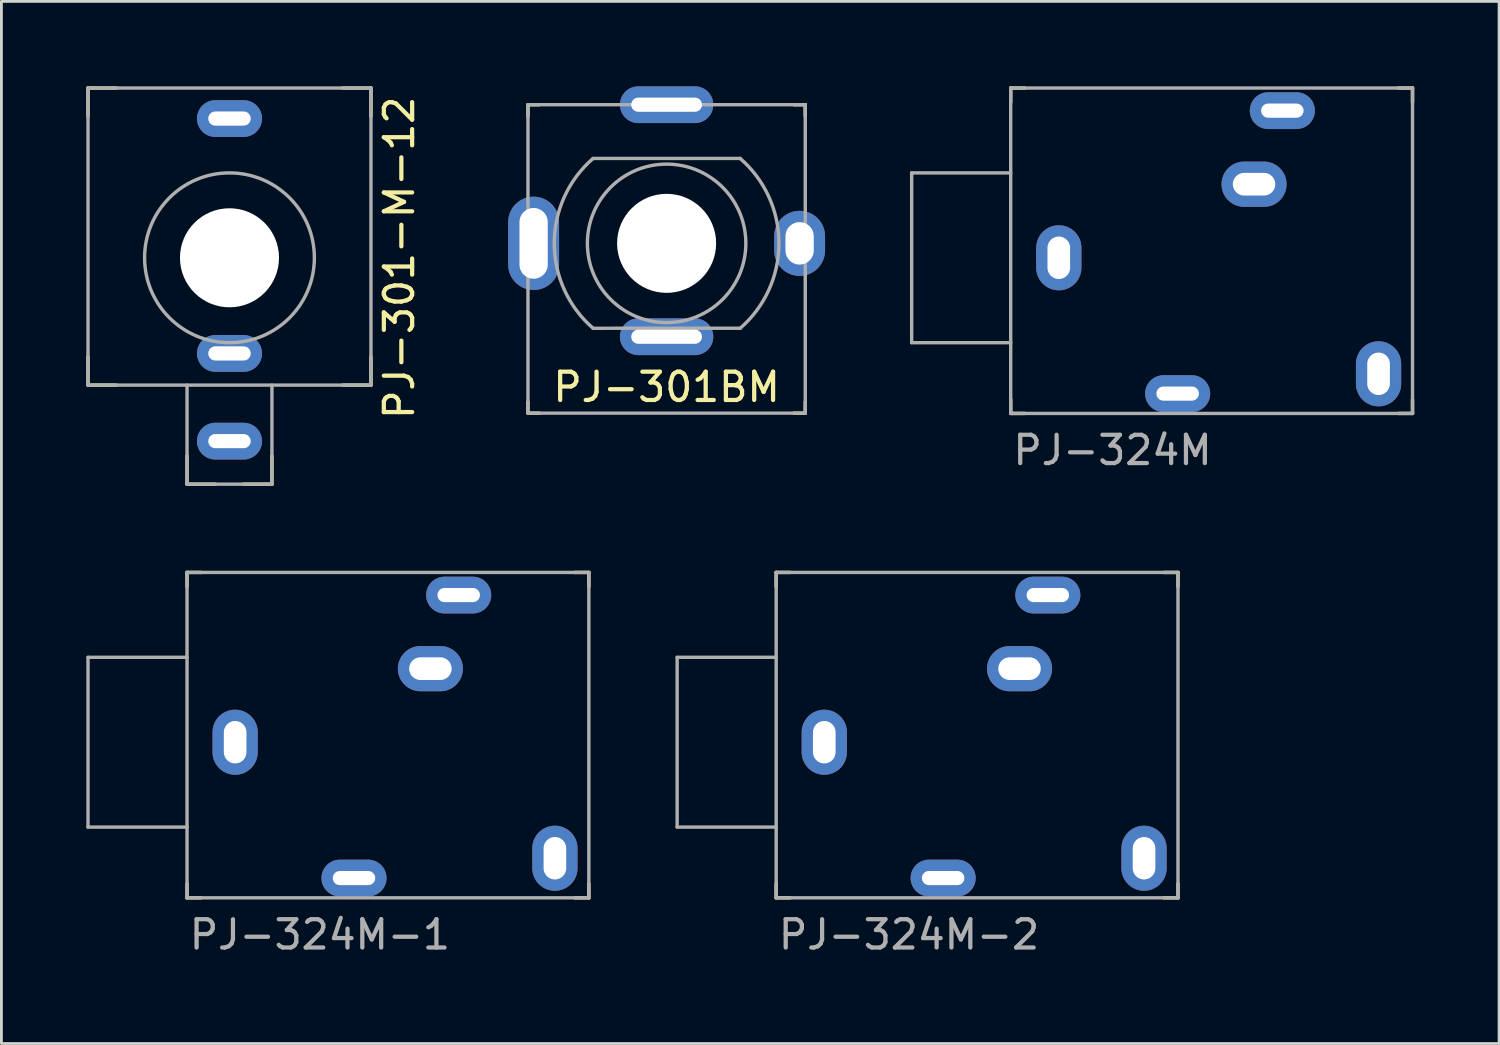
<source format=kicad_pcb>
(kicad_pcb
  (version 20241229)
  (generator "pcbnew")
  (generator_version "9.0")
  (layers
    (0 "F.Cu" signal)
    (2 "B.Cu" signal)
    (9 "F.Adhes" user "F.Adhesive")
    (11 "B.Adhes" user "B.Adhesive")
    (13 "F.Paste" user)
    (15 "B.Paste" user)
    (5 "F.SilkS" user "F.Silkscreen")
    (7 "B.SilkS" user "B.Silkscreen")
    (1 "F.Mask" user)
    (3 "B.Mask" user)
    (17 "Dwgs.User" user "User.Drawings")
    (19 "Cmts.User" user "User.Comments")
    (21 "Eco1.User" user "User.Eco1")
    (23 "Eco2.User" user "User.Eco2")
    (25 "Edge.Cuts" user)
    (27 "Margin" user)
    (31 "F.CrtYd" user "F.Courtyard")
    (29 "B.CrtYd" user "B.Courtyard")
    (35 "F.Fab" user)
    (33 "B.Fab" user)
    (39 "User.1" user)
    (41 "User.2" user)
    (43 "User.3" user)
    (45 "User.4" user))
  (footprint "PJ-324M"
    (layer "F.Cu")
    (at 32.668 6.06)
    (property "Reference" "PJ-324M" (at 0 6.8 0) (layer "F.Fab") (effects (font (size 1 1) (thickness 0.15)) (justify left)))
    (attr through_hole)
    (fp_line (start 0 -6) (end 0 -5.5) (stroke (width 0.12) (type solid)) (layer "F.SilkS"))
    (fp_line (start 0 -6) (end 0.5 -6) (stroke (width 0.12) (type solid)) (layer "F.SilkS"))
    (fp_line (start 0 5.5) (end 0 5) (stroke (width 0.12) (type solid)) (layer "F.SilkS"))
    (fp_line (start 0 5.5) (end 0.5 5.5) (stroke (width 0.12) (type solid)) (layer "F.SilkS"))
    (fp_line (start 14.2 -6) (end 13.7 -6) (stroke (width 0.12) (type solid)) (layer "F.SilkS"))
    (fp_line (start 14.2 -6) (end 14.2 -5.5) (stroke (width 0.12) (type solid)) (layer "F.SilkS"))
    (fp_line (start 14.2 5.5) (end 13.7 5.5) (stroke (width 0.12) (type solid)) (layer "F.SilkS"))
    (fp_line (start 14.2 5.5) (end 14.2 5) (stroke (width 0.12) (type solid)) (layer "F.SilkS"))
    (fp_line (start -3.5 -3) (end -3.5 3) (stroke (width 0.12) (type solid)) (layer "F.Fab"))
    (fp_line (start -3.5 3) (end 0 3) (stroke (width 0.12) (type solid)) (layer "F.Fab"))
    (fp_line (start 0 -6) (end 0 5.5) (stroke (width 0.12) (type solid)) (layer "F.Fab"))
    (fp_line (start 0 -6) (end 14.2 -6) (stroke (width 0.12) (type solid)) (layer "F.Fab"))
    (fp_line (start 0 -3) (end -3.5 -3) (stroke (width 0.12) (type solid)) (layer "F.Fab"))
    (fp_line (start 0 5.5) (end 14.2 5.5) (stroke (width 0.12) (type solid)) (layer "F.Fab"))
    (fp_line (start 14.2 -6) (end 14.2 5.5) (stroke (width 0.12) (type solid)) (layer "F.Fab"))
    (pad "R" thru_hole oval (at 9.6 -5.2 90) (size 1.3 2.3) (drill oval 0.5 1.5) (layers "*.Cu" "*.Mask"))
    (pad "RN" thru_hole oval (at 8.6 -2.6 90) (size 1.6 2.3) (drill oval 0.8 1.5) (layers "*.Cu" "*.Mask"))
    (pad "S" thru_hole oval (at 1.7 0) (size 1.6 2.3) (drill oval 0.8 1.5) (layers "*.Cu" "*.Mask"))
    (pad "T" thru_hole oval (at 5.9 4.8 90) (size 1.3 2.3) (drill oval 0.5 1.5) (layers "*.Cu" "*.Mask"))
    (pad "TN" thru_hole oval (at 13 4.1) (size 1.6 2.3) (drill oval 0.8 1.5) (layers "*.Cu" "*.Mask")))
  (footprint "PJ-324M-1"
    (layer "F.Cu")
    (at 3.56 23.18)
    (property "Reference" "PJ-324M-1" (at 0 6.8 0) (layer "F.Fab") (effects (font (size 1 1) (thickness 0.15)) (justify left)))
    (attr through_hole)
    (fp_line (start 0 -6) (end 0 -5.5) (stroke (width 0.12) (type solid)) (layer "F.SilkS"))
    (fp_line (start 0 -6) (end 0.5 -6) (stroke (width 0.12) (type solid)) (layer "F.SilkS"))
    (fp_line (start 0 5.5) (end 0 5) (stroke (width 0.12) (type solid)) (layer "F.SilkS"))
    (fp_line (start 0 5.5) (end 0.5 5.5) (stroke (width 0.12) (type solid)) (layer "F.SilkS"))
    (fp_line (start 14.2 -6) (end 13.7 -6) (stroke (width 0.12) (type solid)) (layer "F.SilkS"))
    (fp_line (start 14.2 -6) (end 14.2 -5.5) (stroke (width 0.12) (type solid)) (layer "F.SilkS"))
    (fp_line (start 14.2 5.5) (end 13.7 5.5) (stroke (width 0.12) (type solid)) (layer "F.SilkS"))
    (fp_line (start 14.2 5.5) (end 14.2 5) (stroke (width 0.12) (type solid)) (layer "F.SilkS"))
    (fp_line (start -3.5 -3) (end -3.5 3) (stroke (width 0.12) (type solid)) (layer "F.Fab"))
    (fp_line (start -3.5 3) (end 0 3) (stroke (width 0.12) (type solid)) (layer "F.Fab"))
    (fp_line (start 0 -6) (end 0 5.5) (stroke (width 0.12) (type solid)) (layer "F.Fab"))
    (fp_line (start 0 -6) (end 14.2 -6) (stroke (width 0.12) (type solid)) (layer "F.Fab"))
    (fp_line (start 0 -3) (end -3.5 -3) (stroke (width 0.12) (type solid)) (layer "F.Fab"))
    (fp_line (start 0 5.5) (end 14.2 5.5) (stroke (width 0.12) (type solid)) (layer "F.Fab"))
    (fp_line (start 14.2 -6) (end 14.2 5.5) (stroke (width 0.12) (type solid)) (layer "F.Fab"))
    (pad "" thru_hole oval (at 8.6 -2.6 90) (size 1.6 2.3) (drill oval 0.8 1.5) (layers "*.Cu" "*.Mask"))
    (pad "R" thru_hole oval (at 9.6 -5.2 90) (size 1.3 2.3) (drill oval 0.5 1.5) (layers "*.Cu" "*.Mask"))
    (pad "S" thru_hole oval (at 1.7 0) (size 1.6 2.3) (drill oval 0.8 1.5) (layers "*.Cu" "*.Mask"))
    (pad "T" thru_hole oval (at 5.9 4.8 90) (size 1.3 2.3) (drill oval 0.5 1.5) (layers "*.Cu" "*.Mask"))
    (pad "TN" thru_hole oval (at 13 4.1) (size 1.6 2.3) (drill oval 0.8 1.5) (layers "*.Cu" "*.Mask")))
  (footprint "PJ-301-M-12"
    (layer "F.Cu")
    (at 5.06 6.06)
    (property "Reference" "PJ-301-M-12" (at 6 0 90) (layer "F.SilkS") (effects (font (size 1 1) (thickness 0.15))))
    (attr through_hole)
    (fp_line (start -5 -6) (end -5 -5) (stroke (width 0.12) (type solid)) (layer "F.SilkS"))
    (fp_line (start -5 3.5) (end -5 4.5) (stroke (width 0.12) (type solid)) (layer "F.SilkS"))
    (fp_line (start -5 4.5) (end -4 4.5) (stroke (width 0.12) (type solid)) (layer "F.SilkS"))
    (fp_line (start -4 -6) (end -5 -6) (stroke (width 0.12) (type solid)) (layer "F.SilkS"))
    (fp_line (start -1.5 7) (end -1.5 8) (stroke (width 0.12) (type solid)) (layer "F.SilkS"))
    (fp_line (start -1.5 8) (end -0.5 8) (stroke (width 0.12) (type solid)) (layer "F.SilkS"))
    (fp_line (start 0.5 8) (end 1.5 8) (stroke (width 0.12) (type solid)) (layer "F.SilkS"))
    (fp_line (start 1.5 8) (end 1.5 7) (stroke (width 0.12) (type solid)) (layer "F.SilkS"))
    (fp_line (start 4 -6) (end 5 -6) (stroke (width 0.12) (type solid)) (layer "F.SilkS"))
    (fp_line (start 5 -6) (end 5 -5) (stroke (width 0.12) (type solid)) (layer "F.SilkS"))
    (fp_line (start 5 3.5) (end 5 4.5) (stroke (width 0.12) (type solid)) (layer "F.SilkS"))
    (fp_line (start 5 4.5) (end 4 4.5) (stroke (width 0.12) (type solid)) (layer "F.SilkS"))
    (fp_line (start -5 -6) (end 5 -6) (stroke (width 0.12) (type solid)) (layer "F.Fab"))
    (fp_line (start -5 4.5) (end -5 -6) (stroke (width 0.12) (type solid)) (layer "F.Fab"))
    (fp_line (start -1.5 4.5) (end -1.5 8) (stroke (width 0.12) (type solid)) (layer "F.Fab"))
    (fp_line (start -1.5 8) (end 1.5 8) (stroke (width 0.12) (type solid)) (layer "F.Fab"))
    (fp_line (start 1.5 8) (end 1.5 4.5) (stroke (width 0.12) (type solid)) (layer "F.Fab"))
    (fp_line (start 5 -6) (end 5 4.5) (stroke (width 0.12) (type solid)) (layer "F.Fab"))
    (fp_line (start 5 4.5) (end -5 4.5) (stroke (width 0.12) (type solid)) (layer "F.Fab"))
    (fp_circle (center 0 0) (end 3 0) (stroke (width 0.12) (type solid)) (fill no) (layer "F.Fab"))
    (pad "" np_thru_hole circle (at 0 0) (size 3.5 3.5) (drill 3.5) (layers "*.Cu" "*.Mask"))
    (pad "S" thru_hole oval (at 0 6.48) (size 2.3 1.3) (drill oval 1.5 0.5) (layers "*.Cu" "*.Mask"))
    (pad "T" thru_hole oval (at 0 -4.92) (size 2.3 1.3) (drill oval 1.5 0.5) (layers "*.Cu" "*.Mask"))
    (pad "TN" thru_hole oval (at 0 3.38) (size 2.3 1.3) (drill oval 1.5 0.5) (layers "*.Cu" "*.Mask")))
  (footprint "PJ-301BM"
    (layer "F.Cu")
    (at 20.508 5.55)
    (property "Reference" "PJ-301BM" (at 0 5.08 0) (layer "F.SilkS") (effects (font (size 1 1) (thickness 0.15))))
    (attr through_hole)
    (fp_line (start -4.9 -4.9) (end -4.9 -4.5) (stroke (width 0.12) (type solid)) (layer "F.SilkS"))
    (fp_line (start -4.9 -4.9) (end -4.5 -4.9) (stroke (width 0.12) (type solid)) (layer "F.SilkS"))
    (fp_line (start -4.9 6) (end -4.9 5.6) (stroke (width 0.12) (type solid)) (layer "F.SilkS"))
    (fp_line (start -4.9 6) (end -4.5 6) (stroke (width 0.12) (type solid)) (layer "F.SilkS"))
    (fp_line (start 4.9 -4.9) (end 4.5 -4.9) (stroke (width 0.12) (type solid)) (layer "F.SilkS"))
    (fp_line (start 4.9 -4.9) (end 4.9 -4.5) (stroke (width 0.12) (type solid)) (layer "F.SilkS"))
    (fp_line (start 4.9 6) (end 4.5 6) (stroke (width 0.12) (type solid)) (layer "F.SilkS"))
    (fp_line (start 4.9 6) (end 4.9 5.6) (stroke (width 0.12) (type solid)) (layer "F.SilkS"))
    (fp_line (start -4.9 -4.9) (end 4.9 -4.9) (stroke (width 0.12) (type solid)) (layer "F.Fab"))
    (fp_line (start -4.9 6) (end -4.9 -4.9) (stroke (width 0.12) (type solid)) (layer "F.Fab"))
    (fp_line (start -2.6 -3) (end 2.598 -3.001) (stroke (width 0.12) (type solid)) (layer "F.Fab"))
    (fp_line (start -2.598 3.001) (end 2.6 3) (stroke (width 0.12) (type solid)) (layer "F.Fab"))
    (fp_line (start 4.9 -4.9) (end 4.9 6) (stroke (width 0.12) (type solid)) (layer "F.Fab"))
    (fp_line (start 4.9 6) (end -4.9 6) (stroke (width 0.12) (type solid)) (layer "F.Fab"))
    (fp_arc (start -2.598493 3.001305) (mid -3.969886 0.000997) (end -2.6 -3) (stroke (width 0.12) (type solid)) (layer "F.Fab"))
    (fp_arc (start 2.598493 -3.001305) (mid 3.969886 -0.000997) (end 2.6 3) (stroke (width 0.12) (type solid)) (layer "F.Fab"))
    (fp_circle (center 0 0) (end 2.8 0) (stroke (width 0.12) (type solid)) (fill no) (layer "F.Fab"))
    (pad "" np_thru_hole circle (at 0 0) (size 3.5 3.5) (drill 3.5) (layers "*.Cu" "*.Mask"))
    (pad "S" thru_hole oval (at -4.7 0) (size 1.8 3.3) (drill oval 1 2.5) (layers "*.Cu" "*.Mask"))
    (pad "S" thru_hole oval (at 4.7 0) (size 1.8 2.3) (drill oval 1 1.5) (layers "*.Cu" "*.Mask"))
    (pad "T" thru_hole oval (at 0 -4.9) (size 3.3 1.3) (drill oval 2.5 0.5) (layers "*.Cu" "*.Mask"))
    (pad "TN" thru_hole oval (at 0 3.3) (size 3.3 1.3) (drill oval 2.5 0.5) (layers "*.Cu" "*.Mask")))
  (footprint "PJ-324M-2"
    (layer "F.Cu")
    (at 24.38 23.18)
    (property "Reference" "PJ-324M-2" (at 0 6.8 0) (layer "F.Fab") (effects (font (size 1 1) (thickness 0.15)) (justify left)))
    (attr through_hole)
    (fp_line (start 0 -6) (end 0 -5.5) (stroke (width 0.12) (type solid)) (layer "F.SilkS"))
    (fp_line (start 0 -6) (end 0.5 -6) (stroke (width 0.12) (type solid)) (layer "F.SilkS"))
    (fp_line (start 0 5.5) (end 0 5) (stroke (width 0.12) (type solid)) (layer "F.SilkS"))
    (fp_line (start 0 5.5) (end 0.5 5.5) (stroke (width 0.12) (type solid)) (layer "F.SilkS"))
    (fp_line (start 14.2 -6) (end 13.7 -6) (stroke (width 0.12) (type solid)) (layer "F.SilkS"))
    (fp_line (start 14.2 -6) (end 14.2 -5.5) (stroke (width 0.12) (type solid)) (layer "F.SilkS"))
    (fp_line (start 14.2 5.5) (end 13.7 5.5) (stroke (width 0.12) (type solid)) (layer "F.SilkS"))
    (fp_line (start 14.2 5.5) (end 14.2 5) (stroke (width 0.12) (type solid)) (layer "F.SilkS"))
    (fp_line (start -3.5 -3) (end -3.5 3) (stroke (width 0.12) (type solid)) (layer "F.Fab"))
    (fp_line (start -3.5 3) (end 0 3) (stroke (width 0.12) (type solid)) (layer "F.Fab"))
    (fp_line (start 0 -6) (end 0 5.5) (stroke (width 0.12) (type solid)) (layer "F.Fab"))
    (fp_line (start 0 -6) (end 14.2 -6) (stroke (width 0.12) (type solid)) (layer "F.Fab"))
    (fp_line (start 0 -3) (end -3.5 -3) (stroke (width 0.12) (type solid)) (layer "F.Fab"))
    (fp_line (start 0 5.5) (end 14.2 5.5) (stroke (width 0.12) (type solid)) (layer "F.Fab"))
    (fp_line (start 14.2 -6) (end 14.2 5.5) (stroke (width 0.12) (type solid)) (layer "F.Fab"))
    (pad "" thru_hole oval (at 8.6 -2.6 90) (size 1.6 2.3) (drill oval 0.8 1.5) (layers "*.Cu" "*.Mask"))
    (pad "" thru_hole oval (at 13 4.1) (size 1.6 2.3) (drill oval 0.8 1.5) (layers "*.Cu" "*.Mask"))
    (pad "R" thru_hole oval (at 9.6 -5.2 90) (size 1.3 2.3) (drill oval 0.5 1.5) (layers "*.Cu" "*.Mask"))
    (pad "S" thru_hole oval (at 1.7 0) (size 1.6 2.3) (drill oval 0.8 1.5) (layers "*.Cu" "*.Mask"))
    (pad "T" thru_hole oval (at 5.9 4.8 90) (size 1.3 2.3) (drill oval 0.5 1.5) (layers "*.Cu" "*.Mask")))
  (gr_rect
    (start -3 -3)
    (end 49.928 33.828)
    (stroke (width 0.1) (type default))
    (fill no)
    (layer "Edge.Cuts")))
</source>
